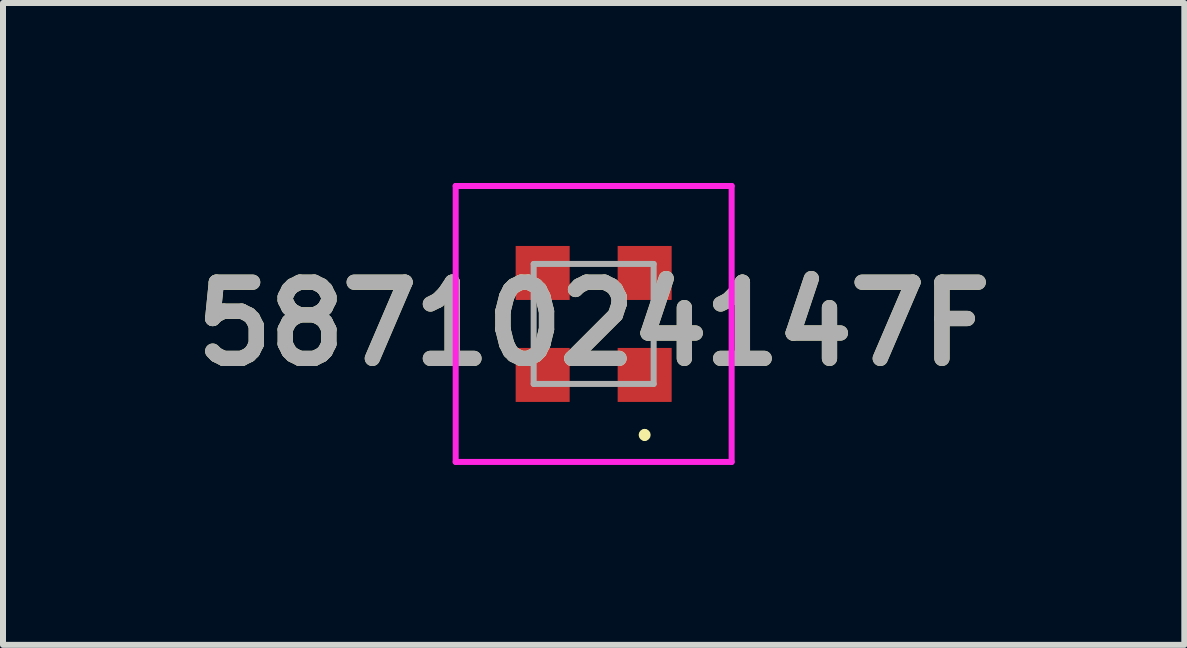
<source format=kicad_pcb>
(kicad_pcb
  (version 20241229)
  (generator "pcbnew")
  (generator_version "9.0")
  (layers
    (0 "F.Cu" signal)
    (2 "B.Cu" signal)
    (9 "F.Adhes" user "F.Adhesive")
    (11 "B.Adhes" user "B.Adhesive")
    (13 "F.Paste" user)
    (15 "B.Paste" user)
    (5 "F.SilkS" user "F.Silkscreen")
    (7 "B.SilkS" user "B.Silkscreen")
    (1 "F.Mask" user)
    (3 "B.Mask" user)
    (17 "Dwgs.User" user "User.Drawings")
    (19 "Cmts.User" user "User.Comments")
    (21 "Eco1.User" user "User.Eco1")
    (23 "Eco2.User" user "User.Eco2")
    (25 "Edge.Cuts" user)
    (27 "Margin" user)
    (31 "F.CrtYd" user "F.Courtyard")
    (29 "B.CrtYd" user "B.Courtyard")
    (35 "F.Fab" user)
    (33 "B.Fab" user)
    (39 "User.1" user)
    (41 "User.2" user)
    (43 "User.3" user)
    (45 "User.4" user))
  (footprint "5871024147F"
    (layer "F.Cu")
    (at 6.846 2.35)
    (property "Reference" "5871024147F" (at 0 0 0) (layer "F.SilkS") (effects (font (size 1.27 1.27) (thickness 0.254))))
    (attr smd)
    (fp_line (start 0.85 1.8) (end 0.85 1.8) (stroke (width 0.1) (type solid)) (layer "F.SilkS"))
    (fp_line (start 0.85 1.9) (end 0.85 1.9) (stroke (width 0.1) (type solid)) (layer "F.SilkS"))
    (fp_arc (start 0.85 1.8) (mid 0.9 1.85) (end 0.85 1.9) (stroke (width 0.1) (type solid)) (layer "F.SilkS"))
    (fp_arc (start 0.85 1.9) (mid 0.8 1.85) (end 0.85 1.8) (stroke (width 0.1) (type solid)) (layer "F.SilkS"))
    (fp_line (start -2.3 -2.3) (end -2.3 2.3) (stroke (width 0.1) (type solid)) (layer "F.CrtYd"))
    (fp_line (start -2.3 2.3) (end 2.3 2.3) (stroke (width 0.1) (type solid)) (layer "F.CrtYd"))
    (fp_line (start 2.3 -2.3) (end -2.3 -2.3) (stroke (width 0.1) (type solid)) (layer "F.CrtYd"))
    (fp_line (start 2.3 2.3) (end 2.3 -2.3) (stroke (width 0.1) (type solid)) (layer "F.CrtYd"))
    (fp_line (start -1 -1) (end -1 1) (stroke (width 0.1) (type solid)) (layer "F.Fab"))
    (fp_line (start -1 1) (end 1 1) (stroke (width 0.1) (type solid)) (layer "F.Fab"))
    (fp_line (start 1 -1) (end -1 -1) (stroke (width 0.1) (type solid)) (layer "F.Fab"))
    (fp_line (start 1 1) (end 1 -1) (stroke (width 0.1) (type solid)) (layer "F.Fab"))
    (fp_text user "${REFERENCE}" (at 0 0 0) (layer "F.Fab") (effects (font (size 1.27 1.27) (thickness 0.254))))
    (pad "1" smd rect (at 0.85 0.85 90) (size 0.9 0.9) (layers "F.Cu" "F.Mask" "F.Paste"))
    (pad "2" smd rect (at -0.85 0.85 90) (size 0.9 0.9) (layers "F.Cu" "F.Mask" "F.Paste"))
    (pad "3" smd rect (at -0.85 -0.85 90) (size 0.9 0.9) (layers "F.Cu" "F.Mask" "F.Paste"))
    (pad "4" smd rect (at 0.85 -0.85 90) (size 0.9 0.9) (layers "F.Cu" "F.Mask" "F.Paste")))
  (gr_rect
    (start -3 -3)
    (end 16.692 7.7)
    (stroke (width 0.1) (type default))
    (fill no)
    (layer "Edge.Cuts")))
</source>
